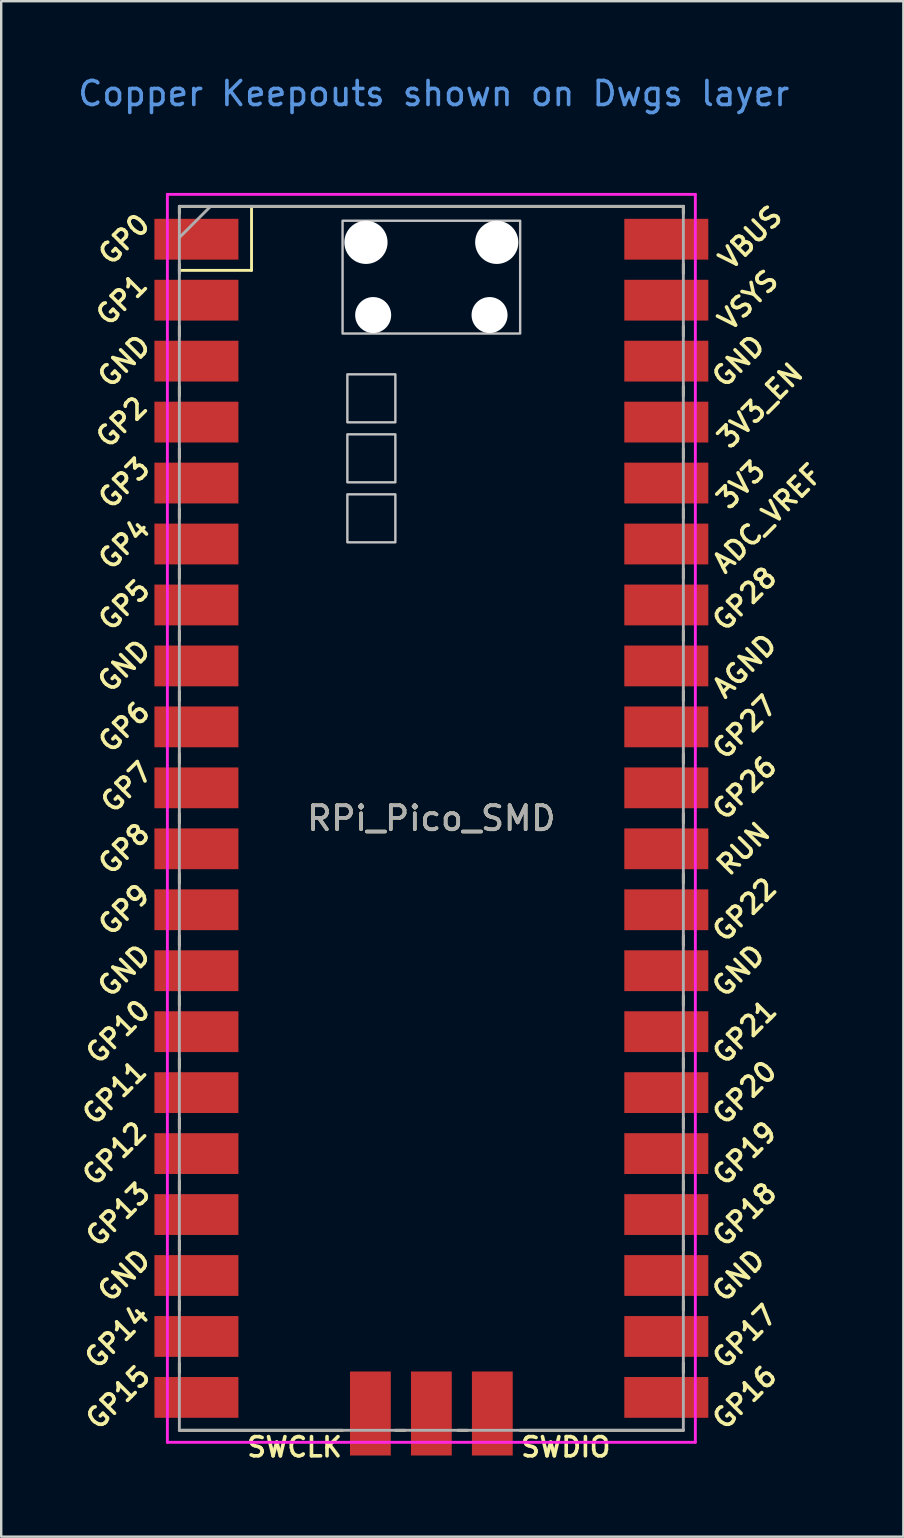
<source format=kicad_pcb>
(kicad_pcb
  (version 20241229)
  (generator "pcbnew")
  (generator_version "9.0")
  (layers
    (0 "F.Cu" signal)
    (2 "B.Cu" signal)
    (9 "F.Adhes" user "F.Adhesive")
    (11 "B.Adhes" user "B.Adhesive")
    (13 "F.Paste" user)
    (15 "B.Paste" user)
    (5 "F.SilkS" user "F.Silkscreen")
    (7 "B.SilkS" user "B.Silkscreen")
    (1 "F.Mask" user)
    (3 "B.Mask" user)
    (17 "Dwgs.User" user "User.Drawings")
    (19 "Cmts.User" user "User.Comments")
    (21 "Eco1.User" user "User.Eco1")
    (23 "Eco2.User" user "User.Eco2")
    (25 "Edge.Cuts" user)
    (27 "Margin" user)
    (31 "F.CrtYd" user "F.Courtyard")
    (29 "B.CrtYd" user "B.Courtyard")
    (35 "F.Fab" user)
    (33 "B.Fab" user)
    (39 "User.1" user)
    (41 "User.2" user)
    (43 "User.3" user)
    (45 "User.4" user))
  (footprint "RPi_Pico_SMD"
    (layer "F.Cu")
    (at 14.924 31.048)
    (property "Reference" "RPi_Pico_SMD" (at 0 0 0) (layer "F.SilkS") (effects (font (size 1 1) (thickness 0.15))))
    (attr through_hole)
    (fp_line (start -10.5 -25.5) (end -10.5 -25.2) (stroke (width 0.12) (type solid)) (layer "F.SilkS"))
    (fp_line (start -10.5 -25.5) (end 10.5 -25.5) (stroke (width 0.12) (type solid)) (layer "F.SilkS"))
    (fp_line (start -10.5 -23.1) (end -10.5 -22.7) (stroke (width 0.12) (type solid)) (layer "F.SilkS"))
    (fp_line (start -10.5 -22.833) (end -7.493 -22.833) (stroke (width 0.12) (type solid)) (layer "F.SilkS"))
    (fp_line (start -10.5 -20.5) (end -10.5 -20.1) (stroke (width 0.12) (type solid)) (layer "F.SilkS"))
    (fp_line (start -10.5 -18) (end -10.5 -17.6) (stroke (width 0.12) (type solid)) (layer "F.SilkS"))
    (fp_line (start -10.5 -15.4) (end -10.5 -15) (stroke (width 0.12) (type solid)) (layer "F.SilkS"))
    (fp_line (start -10.5 -12.9) (end -10.5 -12.5) (stroke (width 0.12) (type solid)) (layer "F.SilkS"))
    (fp_line (start -10.5 -10.4) (end -10.5 -10) (stroke (width 0.12) (type solid)) (layer "F.SilkS"))
    (fp_line (start -10.5 -7.8) (end -10.5 -7.4) (stroke (width 0.12) (type solid)) (layer "F.SilkS"))
    (fp_line (start -10.5 -5.3) (end -10.5 -4.9) (stroke (width 0.12) (type solid)) (layer "F.SilkS"))
    (fp_line (start -10.5 -2.7) (end -10.5 -2.3) (stroke (width 0.12) (type solid)) (layer "F.SilkS"))
    (fp_line (start -10.5 -0.2) (end -10.5 0.2) (stroke (width 0.12) (type solid)) (layer "F.SilkS"))
    (fp_line (start -10.5 2.3) (end -10.5 2.7) (stroke (width 0.12) (type solid)) (layer "F.SilkS"))
    (fp_line (start -10.5 4.9) (end -10.5 5.3) (stroke (width 0.12) (type solid)) (layer "F.SilkS"))
    (fp_line (start -10.5 7.4) (end -10.5 7.8) (stroke (width 0.12) (type solid)) (layer "F.SilkS"))
    (fp_line (start -10.5 10) (end -10.5 10.4) (stroke (width 0.12) (type solid)) (layer "F.SilkS"))
    (fp_line (start -10.5 12.5) (end -10.5 12.9) (stroke (width 0.12) (type solid)) (layer "F.SilkS"))
    (fp_line (start -10.5 15.1) (end -10.5 15.5) (stroke (width 0.12) (type solid)) (layer "F.SilkS"))
    (fp_line (start -10.5 17.6) (end -10.5 18) (stroke (width 0.12) (type solid)) (layer "F.SilkS"))
    (fp_line (start -10.5 20.1) (end -10.5 20.5) (stroke (width 0.12) (type solid)) (layer "F.SilkS"))
    (fp_line (start -10.5 22.7) (end -10.5 23.1) (stroke (width 0.12) (type solid)) (layer "F.SilkS"))
    (fp_line (start -7.493 -22.833) (end -7.493 -25.5) (stroke (width 0.12) (type solid)) (layer "F.SilkS"))
    (fp_line (start -3.7 25.5) (end -10.5 25.5) (stroke (width 0.12) (type solid)) (layer "F.SilkS"))
    (fp_line (start -1.5 25.5) (end -1.1 25.5) (stroke (width 0.12) (type solid)) (layer "F.SilkS"))
    (fp_line (start 1.1 25.5) (end 1.5 25.5) (stroke (width 0.12) (type solid)) (layer "F.SilkS"))
    (fp_line (start 10.5 -25.5) (end 10.5 -25.2) (stroke (width 0.12) (type solid)) (layer "F.SilkS"))
    (fp_line (start 10.5 -23.1) (end 10.5 -22.7) (stroke (width 0.12) (type solid)) (layer "F.SilkS"))
    (fp_line (start 10.5 -20.5) (end 10.5 -20.1) (stroke (width 0.12) (type solid)) (layer "F.SilkS"))
    (fp_line (start 10.5 -18) (end 10.5 -17.6) (stroke (width 0.12) (type solid)) (layer "F.SilkS"))
    (fp_line (start 10.5 -15.4) (end 10.5 -15) (stroke (width 0.12) (type solid)) (layer "F.SilkS"))
    (fp_line (start 10.5 -12.9) (end 10.5 -12.5) (stroke (width 0.12) (type solid)) (layer "F.SilkS"))
    (fp_line (start 10.5 -10.4) (end 10.5 -10) (stroke (width 0.12) (type solid)) (layer "F.SilkS"))
    (fp_line (start 10.5 -7.8) (end 10.5 -7.4) (stroke (width 0.12) (type solid)) (layer "F.SilkS"))
    (fp_line (start 10.5 -5.3) (end 10.5 -4.9) (stroke (width 0.12) (type solid)) (layer "F.SilkS"))
    (fp_line (start 10.5 -2.7) (end 10.5 -2.3) (stroke (width 0.12) (type solid)) (layer "F.SilkS"))
    (fp_line (start 10.5 -0.2) (end 10.5 0.2) (stroke (width 0.12) (type solid)) (layer "F.SilkS"))
    (fp_line (start 10.5 2.3) (end 10.5 2.7) (stroke (width 0.12) (type solid)) (layer "F.SilkS"))
    (fp_line (start 10.5 4.9) (end 10.5 5.3) (stroke (width 0.12) (type solid)) (layer "F.SilkS"))
    (fp_line (start 10.5 7.4) (end 10.5 7.8) (stroke (width 0.12) (type solid)) (layer "F.SilkS"))
    (fp_line (start 10.5 10) (end 10.5 10.4) (stroke (width 0.12) (type solid)) (layer "F.SilkS"))
    (fp_line (start 10.5 12.5) (end 10.5 12.9) (stroke (width 0.12) (type solid)) (layer "F.SilkS"))
    (fp_line (start 10.5 15.1) (end 10.5 15.5) (stroke (width 0.12) (type solid)) (layer "F.SilkS"))
    (fp_line (start 10.5 17.6) (end 10.5 18) (stroke (width 0.12) (type solid)) (layer "F.SilkS"))
    (fp_line (start 10.5 20.1) (end 10.5 20.5) (stroke (width 0.12) (type solid)) (layer "F.SilkS"))
    (fp_line (start 10.5 22.7) (end 10.5 23.1) (stroke (width 0.12) (type solid)) (layer "F.SilkS"))
    (fp_line (start 10.5 25.5) (end 3.7 25.5) (stroke (width 0.12) (type solid)) (layer "F.SilkS"))
    (fp_poly (pts (xy -1.5 -16.5) (xy -3.5 -16.5) (xy -3.5 -18.5) (xy -1.5 -18.5)) (stroke (width 0.1) (type solid)) (fill no) (layer "Dwgs.User"))
    (fp_poly (pts (xy -1.5 -14) (xy -3.5 -14) (xy -3.5 -16) (xy -1.5 -16)) (stroke (width 0.1) (type solid)) (fill no) (layer "Dwgs.User"))
    (fp_poly (pts (xy -1.5 -11.5) (xy -3.5 -11.5) (xy -3.5 -13.5) (xy -1.5 -13.5)) (stroke (width 0.1) (type solid)) (fill no) (layer "Dwgs.User"))
    (fp_poly (pts (xy 3.7 -20.2) (xy -3.7 -20.2) (xy -3.7 -24.9) (xy 3.7 -24.9)) (stroke (width 0.1) (type solid)) (fill no) (layer "Dwgs.User"))
    (fp_line (start -11 -26) (end 11 -26) (stroke (width 0.12) (type solid)) (layer "F.CrtYd"))
    (fp_line (start -11 26) (end -11 -26) (stroke (width 0.12) (type solid)) (layer "F.CrtYd"))
    (fp_line (start 11 -26) (end 11 26) (stroke (width 0.12) (type solid)) (layer "F.CrtYd"))
    (fp_line (start 11 26) (end -11 26) (stroke (width 0.12) (type solid)) (layer "F.CrtYd"))
    (fp_line (start -10.5 -25.5) (end 10.5 -25.5) (stroke (width 0.12) (type solid)) (layer "F.Fab"))
    (fp_line (start -10.5 -24.2) (end -9.2 -25.5) (stroke (width 0.12) (type solid)) (layer "F.Fab"))
    (fp_line (start -10.5 25.5) (end -10.5 -25.5) (stroke (width 0.12) (type solid)) (layer "F.Fab"))
    (fp_line (start 10.5 -25.5) (end 10.5 25.5) (stroke (width 0.12) (type solid)) (layer "F.Fab"))
    (fp_line (start 10.5 25.5) (end -10.5 25.5) (stroke (width 0.12) (type solid)) (layer "F.Fab"))
    (fp_text user "GP19" (at 13.054 13.97 45) (layer "F.SilkS") (effects (font (size 0.8 0.8) (thickness 0.15))))
    (fp_text user "GP7" (at -12.7 -1.3 45) (layer "F.SilkS") (effects (font (size 0.8 0.8) (thickness 0.15))))
    (fp_text user "GP15" (at -13.054 24.13 45) (layer "F.SilkS") (effects (font (size 0.8 0.8) (thickness 0.15))))
    (fp_text user "GP0" (at -12.8 -24.13 45) (layer "F.SilkS") (effects (font (size 0.8 0.8) (thickness 0.15))))
    (fp_text user "GP26" (at 13.054 -1.27 45) (layer "F.SilkS") (effects (font (size 0.8 0.8) (thickness 0.15))))
    (fp_text user "GP28" (at 13.054 -9.144 45) (layer "F.SilkS") (effects (font (size 0.8 0.8) (thickness 0.15))))
    (fp_text user "RUN" (at 13 1.27 45) (layer "F.SilkS") (effects (font (size 0.8 0.8) (thickness 0.15))))
    (fp_text user "VBUS" (at 13.3 -24.2 45) (layer "F.SilkS") (effects (font (size 0.8 0.8) (thickness 0.15))))
    (fp_text user "GP22" (at 13.054 3.81 45) (layer "F.SilkS") (effects (font (size 0.8 0.8) (thickness 0.15))))
    (fp_text user "ADC_VREF" (at 14 -12.5 45) (layer "F.SilkS") (effects (font (size 0.8 0.8) (thickness 0.15))))
    (fp_text user "GND" (at -12.8 19.05 45) (layer "F.SilkS") (effects (font (size 0.8 0.8) (thickness 0.15))))
    (fp_text user "GND" (at 12.8 6.35 45) (layer "F.SilkS") (effects (font (size 0.8 0.8) (thickness 0.15))))
    (fp_text user "GND" (at -12.8 -19.05 45) (layer "F.SilkS") (effects (font (size 0.8 0.8) (thickness 0.15))))
    (fp_text user "GP8" (at -12.8 1.27 45) (layer "F.SilkS") (effects (font (size 0.8 0.8) (thickness 0.15))))
    (fp_text user "SWDIO" (at 5.6 26.2 0) (layer "F.SilkS") (effects (font (size 0.8 0.8) (thickness 0.15))))
    (fp_text user "GP16" (at 13.054 24.13 45) (layer "F.SilkS") (effects (font (size 0.8 0.8) (thickness 0.15))))
    (fp_text user "GND" (at 12.8 19.05 45) (layer "F.SilkS") (effects (font (size 0.8 0.8) (thickness 0.15))))
    (fp_text user "GP6" (at -12.8 -3.81 45) (layer "F.SilkS") (effects (font (size 0.8 0.8) (thickness 0.15))))
    (fp_text user "GP1" (at -12.9 -21.6 45) (layer "F.SilkS") (effects (font (size 0.8 0.8) (thickness 0.15))))
    (fp_text user "GND" (at -12.8 -6.35 45) (layer "F.SilkS") (effects (font (size 0.8 0.8) (thickness 0.15))))
    (fp_text user "GP10" (at -13.054 8.89 45) (layer "F.SilkS") (effects (font (size 0.8 0.8) (thickness 0.15))))
    (fp_text user "GND" (at 12.8 -19.05 45) (layer "F.SilkS") (effects (font (size 0.8 0.8) (thickness 0.15))))
    (fp_text user "GP4" (at -12.8 -11.43 45) (layer "F.SilkS") (effects (font (size 0.8 0.8) (thickness 0.15))))
    (fp_text user "GP14" (at -13.1 21.59 45) (layer "F.SilkS") (effects (font (size 0.8 0.8) (thickness 0.15))))
    (fp_text user "GP3" (at -12.8 -13.97 45) (layer "F.SilkS") (effects (font (size 0.8 0.8) (thickness 0.15))))
    (fp_text user "GP2" (at -12.9 -16.51 45) (layer "F.SilkS") (effects (font (size 0.8 0.8) (thickness 0.15))))
    (fp_text user "GP21" (at 13.054 8.9 45) (layer "F.SilkS") (effects (font (size 0.8 0.8) (thickness 0.15))))
    (fp_text user "GND" (at -12.8 6.35 45) (layer "F.SilkS") (effects (font (size 0.8 0.8) (thickness 0.15))))
    (fp_text user "GP20" (at 13.054 11.43 45) (layer "F.SilkS") (effects (font (size 0.8 0.8) (thickness 0.15))))
    (fp_text user "GP17" (at 13.054 21.59 45) (layer "F.SilkS") (effects (font (size 0.8 0.8) (thickness 0.15))))
    (fp_text user "AGND" (at 13.054 -6.35 45) (layer "F.SilkS") (effects (font (size 0.8 0.8) (thickness 0.15))))
    (fp_text user "GP5" (at -12.8 -8.89 45) (layer "F.SilkS") (effects (font (size 0.8 0.8) (thickness 0.15))))
    (fp_text user "GP12" (at -13.2 13.97 45) (layer "F.SilkS") (effects (font (size 0.8 0.8) (thickness 0.15))))
    (fp_text user "GP27" (at 13.054 -3.8 45) (layer "F.SilkS") (effects (font (size 0.8 0.8) (thickness 0.15))))
    (fp_text user "GP11" (at -13.2 11.43 45) (layer "F.SilkS") (effects (font (size 0.8 0.8) (thickness 0.15))))
    (fp_text user "GP18" (at 13.054 16.51 45) (layer "F.SilkS") (effects (font (size 0.8 0.8) (thickness 0.15))))
    (fp_text user "3V3" (at 12.9 -13.9 45) (layer "F.SilkS") (effects (font (size 0.8 0.8) (thickness 0.15))))
    (fp_text user "GP13" (at -13.054 16.51 45) (layer "F.SilkS") (effects (font (size 0.8 0.8) (thickness 0.15))))
    (fp_text user "VSYS" (at 13.2 -21.59 45) (layer "F.SilkS") (effects (font (size 0.8 0.8) (thickness 0.15))))
    (fp_text user "3V3_EN" (at 13.7 -17.2 45) (layer "F.SilkS") (effects (font (size 0.8 0.8) (thickness 0.15))))
    (fp_text user "GP9" (at -12.8 3.81 45) (layer "F.SilkS") (effects (font (size 0.8 0.8) (thickness 0.15))))
    (fp_text user "SWCLK" (at -5.7 26.2 0) (layer "F.SilkS") (effects (font (size 0.8 0.8) (thickness 0.15))))
    (fp_text user "Copper Keepouts shown on Dwgs layer" (at 0.1 -30.2 0) (layer "Cmts.User") (effects (font (size 1 1) (thickness 0.15))))
    (fp_text user "${REFERENCE}" (at 0 0 180) (layer "F.Fab") (effects (font (size 1 1) (thickness 0.15))))
    (pad "" np_thru_hole oval (at -2.725 -24) (size 1.8 1.8) (drill 1.8) (layers "*.Cu" "*.Mask"))
    (pad "" np_thru_hole oval (at -2.425 -20.97) (size 1.5 1.5) (drill 1.5) (layers "*.Cu" "*.Mask"))
    (pad "" np_thru_hole oval (at 2.425 -20.97) (size 1.5 1.5) (drill 1.5) (layers "*.Cu" "*.Mask"))
    (pad "" np_thru_hole oval (at 2.725 -24) (size 1.8 1.8) (drill 1.8) (layers "*.Cu" "*.Mask"))
    (pad "1" smd rect (at -8.89 -24.13) (size 3.5 1.7) (drill (offset -0.9 0)) (layers "F.Cu" "F.Mask"))
    (pad "2" smd rect (at -8.89 -21.59) (size 3.5 1.7) (drill (offset -0.9 0)) (layers "F.Cu" "F.Mask"))
    (pad "3" smd rect (at -8.89 -19.05) (size 3.5 1.7) (drill (offset -0.9 0)) (layers "F.Cu" "F.Mask"))
    (pad "4" smd rect (at -8.89 -16.51) (size 3.5 1.7) (drill (offset -0.9 0)) (layers "F.Cu" "F.Mask"))
    (pad "5" smd rect (at -8.89 -13.97) (size 3.5 1.7) (drill (offset -0.9 0)) (layers "F.Cu" "F.Mask"))
    (pad "6" smd rect (at -8.89 -11.43) (size 3.5 1.7) (drill (offset -0.9 0)) (layers "F.Cu" "F.Mask"))
    (pad "7" smd rect (at -8.89 -8.89) (size 3.5 1.7) (drill (offset -0.9 0)) (layers "F.Cu" "F.Mask"))
    (pad "8" smd rect (at -8.89 -6.35) (size 3.5 1.7) (drill (offset -0.9 0)) (layers "F.Cu" "F.Mask"))
    (pad "9" smd rect (at -8.89 -3.81) (size 3.5 1.7) (drill (offset -0.9 0)) (layers "F.Cu" "F.Mask"))
    (pad "10" smd rect (at -8.89 -1.27) (size 3.5 1.7) (drill (offset -0.9 0)) (layers "F.Cu" "F.Mask"))
    (pad "11" smd rect (at -8.89 1.27) (size 3.5 1.7) (drill (offset -0.9 0)) (layers "F.Cu" "F.Mask"))
    (pad "12" smd rect (at -8.89 3.81) (size 3.5 1.7) (drill (offset -0.9 0)) (layers "F.Cu" "F.Mask"))
    (pad "13" smd rect (at -8.89 6.35) (size 3.5 1.7) (drill (offset -0.9 0)) (layers "F.Cu" "F.Mask"))
    (pad "14" smd rect (at -8.89 8.89) (size 3.5 1.7) (drill (offset -0.9 0)) (layers "F.Cu" "F.Mask"))
    (pad "15" smd rect (at -8.89 11.43) (size 3.5 1.7) (drill (offset -0.9 0)) (layers "F.Cu" "F.Mask"))
    (pad "16" smd rect (at -8.89 13.97) (size 3.5 1.7) (drill (offset -0.9 0)) (layers "F.Cu" "F.Mask"))
    (pad "17" smd rect (at -8.89 16.51) (size 3.5 1.7) (drill (offset -0.9 0)) (layers "F.Cu" "F.Mask"))
    (pad "18" smd rect (at -8.89 19.05) (size 3.5 1.7) (drill (offset -0.9 0)) (layers "F.Cu" "F.Mask"))
    (pad "19" smd rect (at -8.89 21.59) (size 3.5 1.7) (drill (offset -0.9 0)) (layers "F.Cu" "F.Mask"))
    (pad "20" smd rect (at -8.89 24.13) (size 3.5 1.7) (drill (offset -0.9 0)) (layers "F.Cu" "F.Mask"))
    (pad "21" smd rect (at 8.89 24.13) (size 3.5 1.7) (drill (offset 0.9 0)) (layers "F.Cu" "F.Mask"))
    (pad "22" smd rect (at 8.89 21.59) (size 3.5 1.7) (drill (offset 0.9 0)) (layers "F.Cu" "F.Mask"))
    (pad "23" smd rect (at 8.89 19.05) (size 3.5 1.7) (drill (offset 0.9 0)) (layers "F.Cu" "F.Mask"))
    (pad "24" smd rect (at 8.89 16.51) (size 3.5 1.7) (drill (offset 0.9 0)) (layers "F.Cu" "F.Mask"))
    (pad "25" smd rect (at 8.89 13.97) (size 3.5 1.7) (drill (offset 0.9 0)) (layers "F.Cu" "F.Mask"))
    (pad "26" smd rect (at 8.89 11.43) (size 3.5 1.7) (drill (offset 0.9 0)) (layers "F.Cu" "F.Mask"))
    (pad "27" smd rect (at 8.89 8.89) (size 3.5 1.7) (drill (offset 0.9 0)) (layers "F.Cu" "F.Mask"))
    (pad "28" smd rect (at 8.89 6.35) (size 3.5 1.7) (drill (offset 0.9 0)) (layers "F.Cu" "F.Mask"))
    (pad "29" smd rect (at 8.89 3.81) (size 3.5 1.7) (drill (offset 0.9 0)) (layers "F.Cu" "F.Mask"))
    (pad "30" smd rect (at 8.89 1.27) (size 3.5 1.7) (drill (offset 0.9 0)) (layers "F.Cu" "F.Mask"))
    (pad "31" smd rect (at 8.89 -1.27) (size 3.5 1.7) (drill (offset 0.9 0)) (layers "F.Cu" "F.Mask"))
    (pad "32" smd rect (at 8.89 -3.81) (size 3.5 1.7) (drill (offset 0.9 0)) (layers "F.Cu" "F.Mask"))
    (pad "33" smd rect (at 8.89 -6.35) (size 3.5 1.7) (drill (offset 0.9 0)) (layers "F.Cu" "F.Mask"))
    (pad "34" smd rect (at 8.89 -8.89) (size 3.5 1.7) (drill (offset 0.9 0)) (layers "F.Cu" "F.Mask"))
    (pad "35" smd rect (at 8.89 -11.43) (size 3.5 1.7) (drill (offset 0.9 0)) (layers "F.Cu" "F.Mask"))
    (pad "36" smd rect (at 8.89 -13.97) (size 3.5 1.7) (drill (offset 0.9 0)) (layers "F.Cu" "F.Mask"))
    (pad "37" smd rect (at 8.89 -16.51) (size 3.5 1.7) (drill (offset 0.9 0)) (layers "F.Cu" "F.Mask"))
    (pad "38" smd rect (at 8.89 -19.05) (size 3.5 1.7) (drill (offset 0.9 0)) (layers "F.Cu" "F.Mask"))
    (pad "39" smd rect (at 8.89 -21.59) (size 3.5 1.7) (drill (offset 0.9 0)) (layers "F.Cu" "F.Mask"))
    (pad "40" smd rect (at 8.89 -24.13) (size 3.5 1.7) (drill (offset 0.9 0)) (layers "F.Cu" "F.Mask"))
    (pad "41" smd rect (at -2.54 23.9 90) (size 3.5 1.7) (drill (offset -0.9 0)) (layers "F.Cu" "F.Mask"))
    (pad "42" smd rect (at 0 23.9 90) (size 3.5 1.7) (drill (offset -0.9 0)) (layers "F.Cu" "F.Mask"))
    (pad "43" smd rect (at 2.54 23.9 90) (size 3.5 1.7) (drill (offset -0.9 0)) (layers "F.Cu" "F.Mask")))
  (gr_rect
    (start -3 -3)
    (end 34.591 60.98)
    (stroke (width 0.1) (type default))
    (fill no)
    (layer "Edge.Cuts")))
</source>
